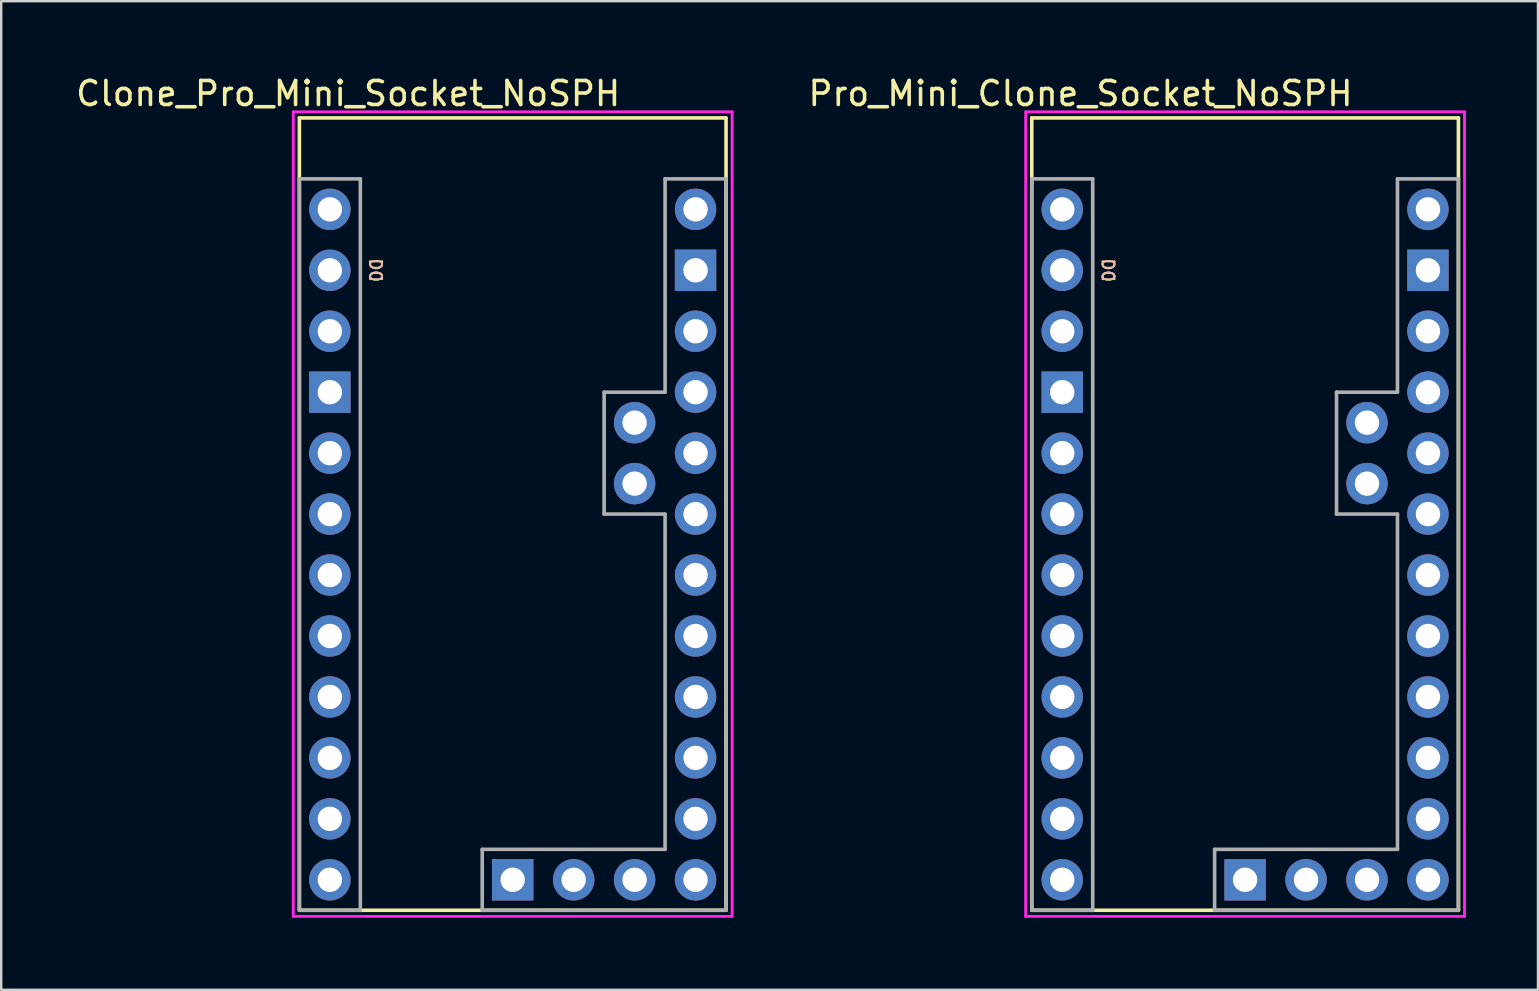
<source format=kicad_pcb>
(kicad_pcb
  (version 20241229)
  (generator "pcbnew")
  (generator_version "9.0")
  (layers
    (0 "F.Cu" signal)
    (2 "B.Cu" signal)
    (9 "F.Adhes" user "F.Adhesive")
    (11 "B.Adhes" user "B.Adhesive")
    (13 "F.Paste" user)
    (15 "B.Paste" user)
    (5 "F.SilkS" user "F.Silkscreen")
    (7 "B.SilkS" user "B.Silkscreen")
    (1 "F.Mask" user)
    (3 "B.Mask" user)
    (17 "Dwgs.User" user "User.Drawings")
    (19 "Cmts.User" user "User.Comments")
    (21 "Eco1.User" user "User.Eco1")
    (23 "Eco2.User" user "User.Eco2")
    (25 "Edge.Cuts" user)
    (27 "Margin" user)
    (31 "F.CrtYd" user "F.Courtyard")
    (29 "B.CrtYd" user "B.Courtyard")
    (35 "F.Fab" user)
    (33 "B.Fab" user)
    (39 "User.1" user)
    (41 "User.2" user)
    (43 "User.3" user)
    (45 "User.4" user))
  (footprint "Clone_Pro_Mini_Socket_NoSPH"
    (layer "F.Cu")
    (at 18.316 18.374)
    (property "Reference" "Clone_Pro_Mini_Socket_NoSPH" (at -6.858 -17.526 0) (layer "F.SilkS") (effects (font (size 1 1) (thickness 0.15))))
    (attr through_hole)
    (fp_line (start -8.89 -16.51) (end -8.89 16.51) (stroke (width 0.15) (type solid)) (layer "F.SilkS"))
    (fp_line (start 8.89 -16.51) (end -8.89 -16.51) (stroke (width 0.15) (type solid)) (layer "F.SilkS"))
    (fp_line (start 8.89 -16.51) (end 8.89 16.51) (stroke (width 0.15) (type solid)) (layer "F.SilkS"))
    (fp_line (start 8.89 16.51) (end -8.89 16.51) (stroke (width 0.15) (type solid)) (layer "F.SilkS"))
    (fp_line (start -9.144 -16.764) (end 9.144 -16.764) (stroke (width 0.12) (type solid)) (layer "F.CrtYd"))
    (fp_line (start -9.144 16.764) (end -9.144 -16.764) (stroke (width 0.12) (type solid)) (layer "F.CrtYd"))
    (fp_line (start 9.144 -16.764) (end 9.144 16.764) (stroke (width 0.12) (type solid)) (layer "F.CrtYd"))
    (fp_line (start 9.144 16.764) (end -9.144 16.764) (stroke (width 0.12) (type solid)) (layer "F.CrtYd"))
    (fp_line (start -8.89 -13.97) (end -8.89 16.51) (stroke (width 0.15) (type solid)) (layer "F.Fab"))
    (fp_line (start -8.89 -13.97) (end -6.35 -13.97) (stroke (width 0.15) (type solid)) (layer "F.Fab"))
    (fp_line (start -8.89 16.51) (end -6.35 16.51) (stroke (width 0.15) (type solid)) (layer "F.Fab"))
    (fp_line (start -6.35 -13.97) (end -6.35 16.51) (stroke (width 0.15) (type solid)) (layer "F.Fab"))
    (fp_line (start -1.27 13.97) (end -1.27 16.51) (stroke (width 0.15) (type solid)) (layer "F.Fab"))
    (fp_line (start -1.27 16.51) (end 8.89 16.51) (stroke (width 0.15) (type solid)) (layer "F.Fab"))
    (fp_line (start 3.81 -5.08) (end 3.81 0) (stroke (width 0.15) (type solid)) (layer "F.Fab"))
    (fp_line (start 3.81 0) (end 6.35 0) (stroke (width 0.15) (type solid)) (layer "F.Fab"))
    (fp_line (start 6.35 -13.97) (end 6.35 -5.08) (stroke (width 0.15) (type solid)) (layer "F.Fab"))
    (fp_line (start 6.35 -13.97) (end 8.89 -13.97) (stroke (width 0.15) (type solid)) (layer "F.Fab"))
    (fp_line (start 6.35 -5.08) (end 3.81 -5.08) (stroke (width 0.15) (type solid)) (layer "F.Fab"))
    (fp_line (start 6.35 0) (end 6.35 13.97) (stroke (width 0.15) (type solid)) (layer "F.Fab"))
    (fp_line (start 6.35 13.97) (end -1.27 13.97) (stroke (width 0.15) (type solid)) (layer "F.Fab"))
    (fp_line (start 8.89 -13.97) (end 8.89 16.51) (stroke (width 0.15) (type solid)) (layer "F.Fab"))
    (fp_text user "D0" (at -5.715 -10.16 270) (unlocked yes) (layer "F.SilkS") (effects (font (size 0.5 0.5) (thickness 0.075))))
    (fp_text user "D0" (at -5.715 -10.16 270) (unlocked yes) (layer "B.SilkS") (effects (font (size 0.5 0.5) (thickness 0.075)) (justify mirror)))
    (pad "A0" thru_hole circle (at 7.62 5.08) (size 1.727 1.727) (drill 1.016) (layers "*.Cu" "*.Mask"))
    (pad "A1" thru_hole circle (at 7.62 2.54) (size 1.727 1.727) (drill 1.016) (layers "*.Cu" "*.Mask"))
    (pad "A2" thru_hole circle (at 7.62 0) (size 1.727 1.727) (drill 1.016) (layers "*.Cu" "*.Mask"))
    (pad "A3" thru_hole circle (at 7.62 -2.54) (size 1.727 1.727) (drill 1.016) (layers "*.Cu" "*.Mask"))
    (pad "A4" thru_hole circle (at 5.08 -1.27) (size 1.727 1.727) (drill 1.016) (layers "*.Cu" "*.Mask"))
    (pad "A5" thru_hole circle (at 5.08 -3.81) (size 1.727 1.727) (drill 1.016) (layers "*.Cu" "*.Mask"))
    (pad "A6" thru_hole circle (at 2.54 15.24) (size 1.727 1.727) (drill 1.016) (layers "*.Cu" "*.Mask"))
    (pad "A7" thru_hole circle (at 5.08 15.24) (size 1.727 1.727) (drill 1.016) (layers "*.Cu" "*.Mask"))
    (pad "D0" thru_hole circle (at -7.62 -10.16) (size 1.727 1.727) (drill 1.016) (layers "*.Cu" "*.Mask"))
    (pad "D1" thru_hole circle (at -7.62 -12.7) (size 1.727 1.727) (drill 1.016) (layers "*.Cu" "*.Mask"))
    (pad "D2" thru_hole circle (at -7.62 -2.54) (size 1.727 1.727) (drill 1.016) (layers "*.Cu" "*.Mask"))
    (pad "D3" thru_hole circle (at -7.62 0) (size 1.727 1.727) (drill 1.016) (layers "*.Cu" "*.Mask"))
    (pad "D4" thru_hole circle (at -7.62 2.54) (size 1.727 1.727) (drill 1.016) (layers "*.Cu" "*.Mask"))
    (pad "D5" thru_hole circle (at -7.62 5.08) (size 1.727 1.727) (drill 1.016) (layers "*.Cu" "*.Mask"))
    (pad "D6" thru_hole circle (at -7.62 7.62) (size 1.727 1.727) (drill 1.016) (layers "*.Cu" "*.Mask"))
    (pad "D7" thru_hole circle (at -7.62 10.16) (size 1.727 1.727) (drill 1.016) (layers "*.Cu" "*.Mask"))
    (pad "D8" thru_hole circle (at -7.62 12.7) (size 1.727 1.727) (drill 1.016) (layers "*.Cu" "*.Mask"))
    (pad "D9" thru_hole circle (at -7.62 15.24) (size 1.727 1.727) (drill 1.016) (layers "*.Cu" "*.Mask"))
    (pad "D10" thru_hole circle (at 7.62 15.24) (size 1.727 1.727) (drill 1.016) (layers "*.Cu" "*.Mask"))
    (pad "D11" thru_hole circle (at 7.62 12.7) (size 1.727 1.727) (drill 1.016) (layers "*.Cu" "*.Mask"))
    (pad "D12" thru_hole circle (at 7.62 10.16) (size 1.727 1.727) (drill 1.016) (layers "*.Cu" "*.Mask"))
    (pad "D13" thru_hole circle (at 7.62 7.62) (size 1.727 1.727) (drill 1.016) (layers "*.Cu" "*.Mask"))
    (pad "GND1" thru_hole rect (at -7.62 -5.08) (size 1.727 1.727) (drill 1.016) (layers "*.Cu" "*.Mask"))
    (pad "GND2" thru_hole rect (at 7.62 -10.16) (size 1.727 1.727) (drill 1.016) (layers "*.Cu" "*.Mask"))
    (pad "GND3" thru_hole rect (at 0 15.24) (size 1.727 1.727) (drill 1.016) (layers "*.Cu" "*.Mask"))
    (pad "RAW" thru_hole circle (at 7.62 -12.7) (size 1.727 1.727) (drill 1.016) (layers "*.Cu" "*.Mask"))
    (pad "RST1" thru_hole circle (at -7.62 -7.62) (size 1.727 1.727) (drill 1.016) (layers "*.Cu" "*.Mask"))
    (pad "RST2" thru_hole circle (at 7.62 -7.62) (size 1.727 1.727) (drill 1.016) (layers "*.Cu" "*.Mask"))
    (pad "Vcc1" thru_hole circle (at 7.62 -5.08) (size 1.727 1.727) (drill 1.016) (layers "*.Cu" "*.Mask")))
  (footprint "Pro_Mini_Clone_Socket_NoSPH"
    (layer "F.Cu")
    (at 48.837 18.374)
    (property "Reference" "Pro_Mini_Clone_Socket_NoSPH" (at -6.858 -17.526 0) (layer "F.SilkS") (effects (font (size 1 1) (thickness 0.15))))
    (attr through_hole)
    (fp_line (start -8.89 -16.51) (end -8.89 16.51) (stroke (width 0.15) (type solid)) (layer "F.SilkS"))
    (fp_line (start 8.89 -16.51) (end -8.89 -16.51) (stroke (width 0.15) (type solid)) (layer "F.SilkS"))
    (fp_line (start 8.89 -16.51) (end 8.89 16.51) (stroke (width 0.15) (type solid)) (layer "F.SilkS"))
    (fp_line (start 8.89 16.51) (end -8.89 16.51) (stroke (width 0.15) (type solid)) (layer "F.SilkS"))
    (fp_line (start -9.144 -16.764) (end 9.144 -16.764) (stroke (width 0.12) (type solid)) (layer "F.CrtYd"))
    (fp_line (start -9.144 16.764) (end -9.144 -16.764) (stroke (width 0.12) (type solid)) (layer "F.CrtYd"))
    (fp_line (start 9.144 -16.764) (end 9.144 16.764) (stroke (width 0.12) (type solid)) (layer "F.CrtYd"))
    (fp_line (start 9.144 16.764) (end -9.144 16.764) (stroke (width 0.12) (type solid)) (layer "F.CrtYd"))
    (fp_line (start -8.89 -13.97) (end -8.89 16.51) (stroke (width 0.15) (type solid)) (layer "F.Fab"))
    (fp_line (start -8.89 -13.97) (end -6.35 -13.97) (stroke (width 0.15) (type solid)) (layer "F.Fab"))
    (fp_line (start -8.89 16.51) (end -6.35 16.51) (stroke (width 0.15) (type solid)) (layer "F.Fab"))
    (fp_line (start -6.35 -13.97) (end -6.35 16.51) (stroke (width 0.15) (type solid)) (layer "F.Fab"))
    (fp_line (start -1.27 13.97) (end -1.27 16.51) (stroke (width 0.15) (type solid)) (layer "F.Fab"))
    (fp_line (start -1.27 16.51) (end 8.89 16.51) (stroke (width 0.15) (type solid)) (layer "F.Fab"))
    (fp_line (start 3.81 -5.08) (end 3.81 0) (stroke (width 0.15) (type solid)) (layer "F.Fab"))
    (fp_line (start 3.81 0) (end 6.35 0) (stroke (width 0.15) (type solid)) (layer "F.Fab"))
    (fp_line (start 6.35 -13.97) (end 6.35 -5.08) (stroke (width 0.15) (type solid)) (layer "F.Fab"))
    (fp_line (start 6.35 -13.97) (end 8.89 -13.97) (stroke (width 0.15) (type solid)) (layer "F.Fab"))
    (fp_line (start 6.35 -5.08) (end 3.81 -5.08) (stroke (width 0.15) (type solid)) (layer "F.Fab"))
    (fp_line (start 6.35 0) (end 6.35 13.97) (stroke (width 0.15) (type solid)) (layer "F.Fab"))
    (fp_line (start 6.35 13.97) (end -1.27 13.97) (stroke (width 0.15) (type solid)) (layer "F.Fab"))
    (fp_line (start 8.89 -13.97) (end 8.89 16.51) (stroke (width 0.15) (type solid)) (layer "F.Fab"))
    (fp_text user "D0" (at -5.715 -10.16 270) (unlocked yes) (layer "F.SilkS") (effects (font (size 0.5 0.5) (thickness 0.075))))
    (fp_text user "D0" (at -5.715 -10.16 270) (unlocked yes) (layer "B.SilkS") (effects (font (size 0.5 0.5) (thickness 0.075)) (justify mirror)))
    (pad "A0" thru_hole circle (at 7.62 5.08) (size 1.727 1.727) (drill 1.016) (layers "*.Cu" "*.Mask"))
    (pad "A1" thru_hole circle (at 7.62 2.54) (size 1.727 1.727) (drill 1.016) (layers "*.Cu" "*.Mask"))
    (pad "A2" thru_hole circle (at 7.62 0) (size 1.727 1.727) (drill 1.016) (layers "*.Cu" "*.Mask"))
    (pad "A3" thru_hole circle (at 7.62 -2.54) (size 1.727 1.727) (drill 1.016) (layers "*.Cu" "*.Mask"))
    (pad "A4" thru_hole circle (at 5.08 -1.27) (size 1.727 1.727) (drill 1.016) (layers "*.Cu" "*.Mask"))
    (pad "A5" thru_hole circle (at 5.08 -3.81) (size 1.727 1.727) (drill 1.016) (layers "*.Cu" "*.Mask"))
    (pad "A6" thru_hole circle (at 2.54 15.24) (size 1.727 1.727) (drill 1.016) (layers "*.Cu" "*.Mask"))
    (pad "A7" thru_hole circle (at 5.08 15.24) (size 1.727 1.727) (drill 1.016) (layers "*.Cu" "*.Mask"))
    (pad "D0" thru_hole circle (at -7.62 -10.16) (size 1.727 1.727) (drill 1.016) (layers "*.Cu" "*.Mask"))
    (pad "D1" thru_hole circle (at -7.62 -12.7) (size 1.727 1.727) (drill 1.016) (layers "*.Cu" "*.Mask"))
    (pad "D2" thru_hole circle (at -7.62 -2.54) (size 1.727 1.727) (drill 1.016) (layers "*.Cu" "*.Mask"))
    (pad "D3" thru_hole circle (at -7.62 0) (size 1.727 1.727) (drill 1.016) (layers "*.Cu" "*.Mask"))
    (pad "D4" thru_hole circle (at -7.62 2.54) (size 1.727 1.727) (drill 1.016) (layers "*.Cu" "*.Mask"))
    (pad "D5" thru_hole circle (at -7.62 5.08) (size 1.727 1.727) (drill 1.016) (layers "*.Cu" "*.Mask"))
    (pad "D6" thru_hole circle (at -7.62 7.62) (size 1.727 1.727) (drill 1.016) (layers "*.Cu" "*.Mask"))
    (pad "D7" thru_hole circle (at -7.62 10.16) (size 1.727 1.727) (drill 1.016) (layers "*.Cu" "*.Mask"))
    (pad "D8" thru_hole circle (at -7.62 12.7) (size 1.727 1.727) (drill 1.016) (layers "*.Cu" "*.Mask"))
    (pad "D9" thru_hole circle (at -7.62 15.24) (size 1.727 1.727) (drill 1.016) (layers "*.Cu" "*.Mask"))
    (pad "D10" thru_hole circle (at 7.62 15.24) (size 1.727 1.727) (drill 1.016) (layers "*.Cu" "*.Mask"))
    (pad "D11" thru_hole circle (at 7.62 12.7) (size 1.727 1.727) (drill 1.016) (layers "*.Cu" "*.Mask"))
    (pad "D12" thru_hole circle (at 7.62 10.16) (size 1.727 1.727) (drill 1.016) (layers "*.Cu" "*.Mask"))
    (pad "D13" thru_hole circle (at 7.62 7.62) (size 1.727 1.727) (drill 1.016) (layers "*.Cu" "*.Mask"))
    (pad "GND1" thru_hole rect (at -7.62 -5.08) (size 1.727 1.727) (drill 1.016) (layers "*.Cu" "*.Mask"))
    (pad "GND2" thru_hole rect (at 7.62 -10.16) (size 1.727 1.727) (drill 1.016) (layers "*.Cu" "*.Mask"))
    (pad "GND3" thru_hole rect (at 0 15.24) (size 1.727 1.727) (drill 1.016) (layers "*.Cu" "*.Mask"))
    (pad "RAW" thru_hole circle (at 7.62 -12.7) (size 1.727 1.727) (drill 1.016) (layers "*.Cu" "*.Mask"))
    (pad "RST1" thru_hole circle (at -7.62 -7.62) (size 1.727 1.727) (drill 1.016) (layers "*.Cu" "*.Mask"))
    (pad "RST2" thru_hole circle (at 7.62 -7.62) (size 1.727 1.727) (drill 1.016) (layers "*.Cu" "*.Mask"))
    (pad "Vcc1" thru_hole circle (at 7.62 -5.08) (size 1.727 1.727) (drill 1.016) (layers "*.Cu" "*.Mask")))
  (gr_rect
    (start -3 -3)
    (end 61.041 38.198)
    (stroke (width 0.1) (type default))
    (fill no)
    (layer "Edge.Cuts")))
</source>
